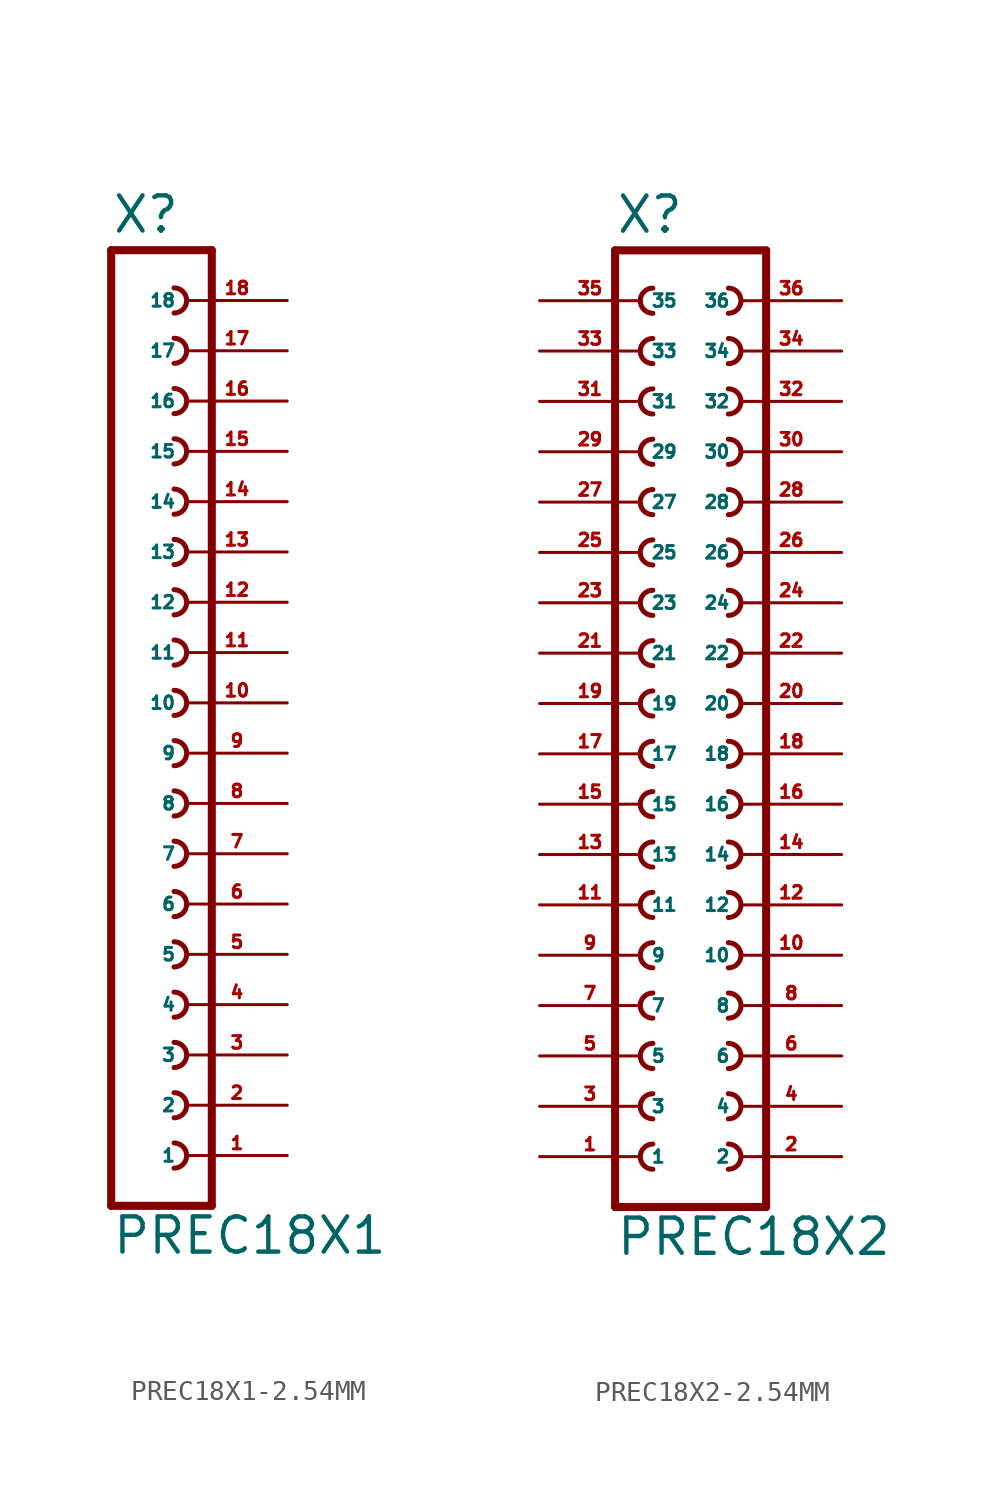
<source format=kicad_sym>
(kicad_symbol_lib
  (version 20220914)
  (generator Eagle2Kicad)
  (symbol "PREC18X1-2.54MM"
    (property "Reference" "X"
      (at -1.27 23.622 0)
      (effects (font (size 1.778 1.778) (thickness 0.22)) (justify left bottom)))
    (property "Value" "PREC18X1"
      (at -1.27 -27.94 0)
      (effects (font (size 1.778 1.778) (thickness 0.22)) (justify left bottom)))
    (polyline
      (pts (xy 3.81 -25.4) (xy -1.27 -25.4))
      (stroke (width 0.406) (type default))
      (fill (type none)))
    (arc
      (start 1.905 -20.955)
      (mid 2.540 -20.320)
      (end 1.905 -19.685)
      (stroke (width 0.254) (type default))
      (fill (type none)))
    (arc
      (start 1.905 -23.495)
      (mid 2.540 -22.860)
      (end 1.905 -22.225)
      (stroke (width 0.254) (type default))
      (fill (type none)))
    (arc
      (start 1.905 -15.875)
      (mid 2.540 -15.240)
      (end 1.905 -14.605)
      (stroke (width 0.254) (type default))
      (fill (type none)))
    (arc
      (start 1.905 -18.415)
      (mid 2.540 -17.780)
      (end 1.905 -17.145)
      (stroke (width 0.254) (type default))
      (fill (type none)))
    (arc
      (start 1.905 -8.255)
      (mid 2.540 -7.620)
      (end 1.905 -6.985)
      (stroke (width 0.254) (type default))
      (fill (type none)))
    (arc
      (start 1.905 -10.795)
      (mid 2.540 -10.160)
      (end 1.905 -9.525)
      (stroke (width 0.254) (type default))
      (fill (type none)))
    (arc
      (start 1.905 -13.335)
      (mid 2.540 -12.700)
      (end 1.905 -12.065)
      (stroke (width 0.254) (type default))
      (fill (type none)))
    (arc
      (start 1.905 -3.175)
      (mid 2.540 -2.540)
      (end 1.905 -1.905)
      (stroke (width 0.254) (type default))
      (fill (type none)))
    (arc
      (start 1.905 -5.715)
      (mid 2.540 -5.080)
      (end 1.905 -4.445)
      (stroke (width 0.254) (type default))
      (fill (type none)))
    (arc
      (start 1.905 4.445)
      (mid 2.540 5.080)
      (end 1.905 5.715)
      (stroke (width 0.254) (type default))
      (fill (type none)))
    (arc
      (start 1.905 1.905)
      (mid 2.540 2.540)
      (end 1.905 3.175)
      (stroke (width 0.254) (type default))
      (fill (type none)))
    (arc
      (start 1.905 -0.635)
      (mid 2.540 0.000)
      (end 1.905 0.635)
      (stroke (width 0.254) (type default))
      (fill (type none)))
    (arc
      (start 1.905 9.525)
      (mid 2.540 10.160)
      (end 1.905 10.795)
      (stroke (width 0.254) (type default))
      (fill (type none)))
    (arc
      (start 1.905 6.985)
      (mid 2.540 7.620)
      (end 1.905 8.255)
      (stroke (width 0.254) (type default))
      (fill (type none)))
    (arc
      (start 1.905 17.145)
      (mid 2.540 17.780)
      (end 1.905 18.415)
      (stroke (width 0.254) (type default))
      (fill (type none)))
    (arc
      (start 1.905 14.605)
      (mid 2.540 15.240)
      (end 1.905 15.875)
      (stroke (width 0.254) (type default))
      (fill (type none)))
    (arc
      (start 1.905 12.065)
      (mid 2.540 12.700)
      (end 1.905 13.335)
      (stroke (width 0.254) (type default))
      (fill (type none)))
    (polyline
      (pts (xy -1.27 22.86) (xy -1.27 -25.4))
      (stroke (width 0.406) (type default))
      (fill (type none)))
    (polyline
      (pts (xy 3.81 -25.4) (xy 3.81 22.86))
      (stroke (width 0.406) (type default))
      (fill (type none)))
    (polyline
      (pts (xy -1.27 22.86) (xy 3.81 22.86))
      (stroke (width 0.406) (type default))
      (fill (type none)))
    (arc
      (start 1.905 19.685)
      (mid 2.540 20.320)
      (end 1.905 20.955)
      (stroke (width 0.254) (type default))
      (fill (type none)))
    (pin passive line
      (at 7.62 -22.86 180)
      (length 5.08)
      (name "1" (effects (font (size 0.635 0.635) (thickness 0.08)) (justify left bottom)))
      (number "1" (effects (font (size 0.635 0.635) (thickness 0.08)) (justify left bottom))))
    (pin passive line
      (at 7.62 -20.32 180)
      (length 5.08)
      (name "2" (effects (font (size 0.635 0.635) (thickness 0.08)) (justify left bottom)))
      (number "2" (effects (font (size 0.635 0.635) (thickness 0.08)) (justify left bottom))))
    (pin passive line
      (at 7.62 -17.78 180)
      (length 5.08)
      (name "3" (effects (font (size 0.635 0.635) (thickness 0.08)) (justify left bottom)))
      (number "3" (effects (font (size 0.635 0.635) (thickness 0.08)) (justify left bottom))))
    (pin passive line
      (at 7.62 -15.24 180)
      (length 5.08)
      (name "4" (effects (font (size 0.635 0.635) (thickness 0.08)) (justify left bottom)))
      (number "4" (effects (font (size 0.635 0.635) (thickness 0.08)) (justify left bottom))))
    (pin passive line
      (at 7.62 -12.7 180)
      (length 5.08)
      (name "5" (effects (font (size 0.635 0.635) (thickness 0.08)) (justify left bottom)))
      (number "5" (effects (font (size 0.635 0.635) (thickness 0.08)) (justify left bottom))))
    (pin passive line
      (at 7.62 -10.16 180)
      (length 5.08)
      (name "6" (effects (font (size 0.635 0.635) (thickness 0.08)) (justify left bottom)))
      (number "6" (effects (font (size 0.635 0.635) (thickness 0.08)) (justify left bottom))))
    (pin passive line
      (at 7.62 -7.62 180)
      (length 5.08)
      (name "7" (effects (font (size 0.635 0.635) (thickness 0.08)) (justify left bottom)))
      (number "7" (effects (font (size 0.635 0.635) (thickness 0.08)) (justify left bottom))))
    (pin passive line
      (at 7.62 -5.08 180)
      (length 5.08)
      (name "8" (effects (font (size 0.635 0.635) (thickness 0.08)) (justify left bottom)))
      (number "8" (effects (font (size 0.635 0.635) (thickness 0.08)) (justify left bottom))))
    (pin passive line
      (at 7.62 -2.54 180)
      (length 5.08)
      (name "9" (effects (font (size 0.635 0.635) (thickness 0.08)) (justify left bottom)))
      (number "9" (effects (font (size 0.635 0.635) (thickness 0.08)) (justify left bottom))))
    (pin passive line
      (at 7.62 0 180)
      (length 5.08)
      (name "10" (effects (font (size 0.635 0.635) (thickness 0.08)) (justify left bottom)))
      (number "10" (effects (font (size 0.635 0.635) (thickness 0.08)) (justify left bottom))))
    (pin passive line
      (at 7.62 2.54 180)
      (length 5.08)
      (name "11" (effects (font (size 0.635 0.635) (thickness 0.08)) (justify left bottom)))
      (number "11" (effects (font (size 0.635 0.635) (thickness 0.08)) (justify left bottom))))
    (pin passive line
      (at 7.62 5.08 180)
      (length 5.08)
      (name "12" (effects (font (size 0.635 0.635) (thickness 0.08)) (justify left bottom)))
      (number "12" (effects (font (size 0.635 0.635) (thickness 0.08)) (justify left bottom))))
    (pin passive line
      (at 7.62 7.62 180)
      (length 5.08)
      (name "13" (effects (font (size 0.635 0.635) (thickness 0.08)) (justify left bottom)))
      (number "13" (effects (font (size 0.635 0.635) (thickness 0.08)) (justify left bottom))))
    (pin passive line
      (at 7.62 10.16 180)
      (length 5.08)
      (name "14" (effects (font (size 0.635 0.635) (thickness 0.08)) (justify left bottom)))
      (number "14" (effects (font (size 0.635 0.635) (thickness 0.08)) (justify left bottom))))
    (pin passive line
      (at 7.62 12.7 180)
      (length 5.08)
      (name "15" (effects (font (size 0.635 0.635) (thickness 0.08)) (justify left bottom)))
      (number "15" (effects (font (size 0.635 0.635) (thickness 0.08)) (justify left bottom))))
    (pin passive line
      (at 7.62 15.24 180)
      (length 5.08)
      (name "16" (effects (font (size 0.635 0.635) (thickness 0.08)) (justify left bottom)))
      (number "16" (effects (font (size 0.635 0.635) (thickness 0.08)) (justify left bottom))))
    (pin passive line
      (at 7.62 17.78 180)
      (length 5.08)
      (name "17" (effects (font (size 0.635 0.635) (thickness 0.08)) (justify left bottom)))
      (number "17" (effects (font (size 0.635 0.635) (thickness 0.08)) (justify left bottom))))
    (pin passive line
      (at 7.62 20.32 180)
      (length 5.08)
      (name "18" (effects (font (size 0.635 0.635) (thickness 0.08)) (justify left bottom)))
      (number "18" (effects (font (size 0.635 0.635) (thickness 0.08)) (justify left bottom)))))
  (symbol "PREC18X2-2.54MM"
    (property "Reference" "X"
      (at -3.81 23.622 0)
      (effects (font (size 1.778 1.778) (thickness 0.22)) (justify left bottom)))
    (property "Value" "PREC18X2"
      (at -3.81 -27.94 0)
      (effects (font (size 1.778 1.778) (thickness 0.22)) (justify left bottom)))
    (polyline
      (pts (xy 3.81 -25.4) (xy -3.81 -25.4))
      (stroke (width 0.406) (type default))
      (fill (type none)))
    (arc
      (start -1.905 -17.145)
      (mid -2.540 -17.780)
      (end -1.905 -18.415)
      (stroke (width 0.254) (type default))
      (fill (type none)))
    (arc
      (start -1.905 -19.685)
      (mid -2.540 -20.320)
      (end -1.905 -20.955)
      (stroke (width 0.254) (type default))
      (fill (type none)))
    (arc
      (start -1.905 -22.225)
      (mid -2.540 -22.860)
      (end -1.905 -23.495)
      (stroke (width 0.254) (type default))
      (fill (type none)))
    (arc
      (start 1.905 -18.415)
      (mid 2.540 -17.780)
      (end 1.905 -17.145)
      (stroke (width 0.254) (type default))
      (fill (type none)))
    (arc
      (start 1.905 -20.955)
      (mid 2.540 -20.320)
      (end 1.905 -19.685)
      (stroke (width 0.254) (type default))
      (fill (type none)))
    (arc
      (start 1.905 -23.495)
      (mid 2.540 -22.860)
      (end 1.905 -22.225)
      (stroke (width 0.254) (type default))
      (fill (type none)))
    (arc
      (start -1.905 -12.065)
      (mid -2.540 -12.700)
      (end -1.905 -13.335)
      (stroke (width 0.254) (type default))
      (fill (type none)))
    (arc
      (start -1.905 -14.605)
      (mid -2.540 -15.240)
      (end -1.905 -15.875)
      (stroke (width 0.254) (type default))
      (fill (type none)))
    (arc
      (start 1.905 -13.335)
      (mid 2.540 -12.700)
      (end 1.905 -12.065)
      (stroke (width 0.254) (type default))
      (fill (type none)))
    (arc
      (start 1.905 -15.875)
      (mid 2.540 -15.240)
      (end 1.905 -14.605)
      (stroke (width 0.254) (type default))
      (fill (type none)))
    (arc
      (start -1.905 -4.445)
      (mid -2.540 -5.080)
      (end -1.905 -5.715)
      (stroke (width 0.254) (type default))
      (fill (type none)))
    (arc
      (start -1.905 -6.985)
      (mid -2.540 -7.620)
      (end -1.905 -8.255)
      (stroke (width 0.254) (type default))
      (fill (type none)))
    (arc
      (start -1.905 -9.525)
      (mid -2.540 -10.160)
      (end -1.905 -10.795)
      (stroke (width 0.254) (type default))
      (fill (type none)))
    (arc
      (start 1.905 -5.715)
      (mid 2.540 -5.080)
      (end 1.905 -4.445)
      (stroke (width 0.254) (type default))
      (fill (type none)))
    (arc
      (start 1.905 -8.255)
      (mid 2.540 -7.620)
      (end 1.905 -6.985)
      (stroke (width 0.254) (type default))
      (fill (type none)))
    (arc
      (start 1.905 -10.795)
      (mid 2.540 -10.160)
      (end 1.905 -9.525)
      (stroke (width 0.254) (type default))
      (fill (type none)))
    (arc
      (start -1.905 0.635)
      (mid -2.540 0.000)
      (end -1.905 -0.635)
      (stroke (width 0.254) (type default))
      (fill (type none)))
    (arc
      (start -1.905 -1.905)
      (mid -2.540 -2.540)
      (end -1.905 -3.175)
      (stroke (width 0.254) (type default))
      (fill (type none)))
    (arc
      (start 1.905 -0.635)
      (mid 2.540 0.000)
      (end 1.905 0.635)
      (stroke (width 0.254) (type default))
      (fill (type none)))
    (arc
      (start 1.905 -3.175)
      (mid 2.540 -2.540)
      (end 1.905 -1.905)
      (stroke (width 0.254) (type default))
      (fill (type none)))
    (arc
      (start -1.905 8.255)
      (mid -2.540 7.620)
      (end -1.905 6.985)
      (stroke (width 0.254) (type default))
      (fill (type none)))
    (arc
      (start -1.905 5.715)
      (mid -2.540 5.080)
      (end -1.905 4.445)
      (stroke (width 0.254) (type default))
      (fill (type none)))
    (arc
      (start -1.905 3.175)
      (mid -2.540 2.540)
      (end -1.905 1.905)
      (stroke (width 0.254) (type default))
      (fill (type none)))
    (arc
      (start 1.905 6.985)
      (mid 2.540 7.620)
      (end 1.905 8.255)
      (stroke (width 0.254) (type default))
      (fill (type none)))
    (arc
      (start 1.905 4.445)
      (mid 2.540 5.080)
      (end 1.905 5.715)
      (stroke (width 0.254) (type default))
      (fill (type none)))
    (arc
      (start 1.905 1.905)
      (mid 2.540 2.540)
      (end 1.905 3.175)
      (stroke (width 0.254) (type default))
      (fill (type none)))
    (arc
      (start -1.905 13.335)
      (mid -2.540 12.700)
      (end -1.905 12.065)
      (stroke (width 0.254) (type default))
      (fill (type none)))
    (arc
      (start -1.905 10.795)
      (mid -2.540 10.160)
      (end -1.905 9.525)
      (stroke (width 0.254) (type default))
      (fill (type none)))
    (arc
      (start 1.905 12.065)
      (mid 2.540 12.700)
      (end 1.905 13.335)
      (stroke (width 0.254) (type default))
      (fill (type none)))
    (arc
      (start 1.905 9.525)
      (mid 2.540 10.160)
      (end 1.905 10.795)
      (stroke (width 0.254) (type default))
      (fill (type none)))
    (arc
      (start -1.905 18.415)
      (mid -2.540 17.780)
      (end -1.905 17.145)
      (stroke (width 0.254) (type default))
      (fill (type none)))
    (arc
      (start -1.905 15.875)
      (mid -2.540 15.240)
      (end -1.905 14.605)
      (stroke (width 0.254) (type default))
      (fill (type none)))
    (arc
      (start 1.905 17.145)
      (mid 2.540 17.780)
      (end 1.905 18.415)
      (stroke (width 0.254) (type default))
      (fill (type none)))
    (arc
      (start 1.905 14.605)
      (mid 2.540 15.240)
      (end 1.905 15.875)
      (stroke (width 0.254) (type default))
      (fill (type none)))
    (polyline
      (pts (xy -3.81 22.86) (xy -3.81 -25.4))
      (stroke (width 0.406) (type default))
      (fill (type none)))
    (polyline
      (pts (xy 3.81 -25.4) (xy 3.81 22.86))
      (stroke (width 0.406) (type default))
      (fill (type none)))
    (polyline
      (pts (xy -3.81 22.86) (xy 3.81 22.86))
      (stroke (width 0.406) (type default))
      (fill (type none)))
    (arc
      (start -1.905 20.955)
      (mid -2.540 20.320)
      (end -1.905 19.685)
      (stroke (width 0.254) (type default))
      (fill (type none)))
    (arc
      (start 1.905 19.685)
      (mid 2.540 20.320)
      (end 1.905 20.955)
      (stroke (width 0.254) (type default))
      (fill (type none)))
    (pin passive line
      (at -7.62 -22.86 0)
      (length 5.08)
      (name "1" (effects (font (size 0.635 0.635) (thickness 0.08)) (justify left bottom)))
      (number "1" (effects (font (size 0.635 0.635) (thickness 0.08)) (justify left bottom))))
    (pin passive line
      (at 7.62 -22.86 180)
      (length 5.08)
      (name "2" (effects (font (size 0.635 0.635) (thickness 0.08)) (justify left bottom)))
      (number "2" (effects (font (size 0.635 0.635) (thickness 0.08)) (justify left bottom))))
    (pin passive line
      (at -7.62 -20.32 0)
      (length 5.08)
      (name "3" (effects (font (size 0.635 0.635) (thickness 0.08)) (justify left bottom)))
      (number "3" (effects (font (size 0.635 0.635) (thickness 0.08)) (justify left bottom))))
    (pin passive line
      (at 7.62 -20.32 180)
      (length 5.08)
      (name "4" (effects (font (size 0.635 0.635) (thickness 0.08)) (justify left bottom)))
      (number "4" (effects (font (size 0.635 0.635) (thickness 0.08)) (justify left bottom))))
    (pin passive line
      (at -7.62 -17.78 0)
      (length 5.08)
      (name "5" (effects (font (size 0.635 0.635) (thickness 0.08)) (justify left bottom)))
      (number "5" (effects (font (size 0.635 0.635) (thickness 0.08)) (justify left bottom))))
    (pin passive line
      (at 7.62 -17.78 180)
      (length 5.08)
      (name "6" (effects (font (size 0.635 0.635) (thickness 0.08)) (justify left bottom)))
      (number "6" (effects (font (size 0.635 0.635) (thickness 0.08)) (justify left bottom))))
    (pin passive line
      (at -7.62 -15.24 0)
      (length 5.08)
      (name "7" (effects (font (size 0.635 0.635) (thickness 0.08)) (justify left bottom)))
      (number "7" (effects (font (size 0.635 0.635) (thickness 0.08)) (justify left bottom))))
    (pin passive line
      (at 7.62 -15.24 180)
      (length 5.08)
      (name "8" (effects (font (size 0.635 0.635) (thickness 0.08)) (justify left bottom)))
      (number "8" (effects (font (size 0.635 0.635) (thickness 0.08)) (justify left bottom))))
    (pin passive line
      (at -7.62 -12.7 0)
      (length 5.08)
      (name "9" (effects (font (size 0.635 0.635) (thickness 0.08)) (justify left bottom)))
      (number "9" (effects (font (size 0.635 0.635) (thickness 0.08)) (justify left bottom))))
    (pin passive line
      (at 7.62 -12.7 180)
      (length 5.08)
      (name "10" (effects (font (size 0.635 0.635) (thickness 0.08)) (justify left bottom)))
      (number "10" (effects (font (size 0.635 0.635) (thickness 0.08)) (justify left bottom))))
    (pin passive line
      (at -7.62 -10.16 0)
      (length 5.08)
      (name "11" (effects (font (size 0.635 0.635) (thickness 0.08)) (justify left bottom)))
      (number "11" (effects (font (size 0.635 0.635) (thickness 0.08)) (justify left bottom))))
    (pin passive line
      (at 7.62 -10.16 180)
      (length 5.08)
      (name "12" (effects (font (size 0.635 0.635) (thickness 0.08)) (justify left bottom)))
      (number "12" (effects (font (size 0.635 0.635) (thickness 0.08)) (justify left bottom))))
    (pin passive line
      (at -7.62 -7.62 0)
      (length 5.08)
      (name "13" (effects (font (size 0.635 0.635) (thickness 0.08)) (justify left bottom)))
      (number "13" (effects (font (size 0.635 0.635) (thickness 0.08)) (justify left bottom))))
    (pin passive line
      (at 7.62 -7.62 180)
      (length 5.08)
      (name "14" (effects (font (size 0.635 0.635) (thickness 0.08)) (justify left bottom)))
      (number "14" (effects (font (size 0.635 0.635) (thickness 0.08)) (justify left bottom))))
    (pin passive line
      (at -7.62 -5.08 0)
      (length 5.08)
      (name "15" (effects (font (size 0.635 0.635) (thickness 0.08)) (justify left bottom)))
      (number "15" (effects (font (size 0.635 0.635) (thickness 0.08)) (justify left bottom))))
    (pin passive line
      (at 7.62 -5.08 180)
      (length 5.08)
      (name "16" (effects (font (size 0.635 0.635) (thickness 0.08)) (justify left bottom)))
      (number "16" (effects (font (size 0.635 0.635) (thickness 0.08)) (justify left bottom))))
    (pin passive line
      (at -7.62 -2.54 0)
      (length 5.08)
      (name "17" (effects (font (size 0.635 0.635) (thickness 0.08)) (justify left bottom)))
      (number "17" (effects (font (size 0.635 0.635) (thickness 0.08)) (justify left bottom))))
    (pin passive line
      (at 7.62 -2.54 180)
      (length 5.08)
      (name "18" (effects (font (size 0.635 0.635) (thickness 0.08)) (justify left bottom)))
      (number "18" (effects (font (size 0.635 0.635) (thickness 0.08)) (justify left bottom))))
    (pin passive line
      (at -7.62 0 0)
      (length 5.08)
      (name "19" (effects (font (size 0.635 0.635) (thickness 0.08)) (justify left bottom)))
      (number "19" (effects (font (size 0.635 0.635) (thickness 0.08)) (justify left bottom))))
    (pin passive line
      (at 7.62 0 180)
      (length 5.08)
      (name "20" (effects (font (size 0.635 0.635) (thickness 0.08)) (justify left bottom)))
      (number "20" (effects (font (size 0.635 0.635) (thickness 0.08)) (justify left bottom))))
    (pin passive line
      (at -7.62 2.54 0)
      (length 5.08)
      (name "21" (effects (font (size 0.635 0.635) (thickness 0.08)) (justify left bottom)))
      (number "21" (effects (font (size 0.635 0.635) (thickness 0.08)) (justify left bottom))))
    (pin passive line
      (at 7.62 2.54 180)
      (length 5.08)
      (name "22" (effects (font (size 0.635 0.635) (thickness 0.08)) (justify left bottom)))
      (number "22" (effects (font (size 0.635 0.635) (thickness 0.08)) (justify left bottom))))
    (pin passive line
      (at -7.62 5.08 0)
      (length 5.08)
      (name "23" (effects (font (size 0.635 0.635) (thickness 0.08)) (justify left bottom)))
      (number "23" (effects (font (size 0.635 0.635) (thickness 0.08)) (justify left bottom))))
    (pin passive line
      (at 7.62 5.08 180)
      (length 5.08)
      (name "24" (effects (font (size 0.635 0.635) (thickness 0.08)) (justify left bottom)))
      (number "24" (effects (font (size 0.635 0.635) (thickness 0.08)) (justify left bottom))))
    (pin passive line
      (at -7.62 7.62 0)
      (length 5.08)
      (name "25" (effects (font (size 0.635 0.635) (thickness 0.08)) (justify left bottom)))
      (number "25" (effects (font (size 0.635 0.635) (thickness 0.08)) (justify left bottom))))
    (pin passive line
      (at 7.62 7.62 180)
      (length 5.08)
      (name "26" (effects (font (size 0.635 0.635) (thickness 0.08)) (justify left bottom)))
      (number "26" (effects (font (size 0.635 0.635) (thickness 0.08)) (justify left bottom))))
    (pin passive line
      (at -7.62 10.16 0)
      (length 5.08)
      (name "27" (effects (font (size 0.635 0.635) (thickness 0.08)) (justify left bottom)))
      (number "27" (effects (font (size 0.635 0.635) (thickness 0.08)) (justify left bottom))))
    (pin passive line
      (at 7.62 10.16 180)
      (length 5.08)
      (name "28" (effects (font (size 0.635 0.635) (thickness 0.08)) (justify left bottom)))
      (number "28" (effects (font (size 0.635 0.635) (thickness 0.08)) (justify left bottom))))
    (pin passive line
      (at -7.62 12.7 0)
      (length 5.08)
      (name "29" (effects (font (size 0.635 0.635) (thickness 0.08)) (justify left bottom)))
      (number "29" (effects (font (size 0.635 0.635) (thickness 0.08)) (justify left bottom))))
    (pin passive line
      (at 7.62 12.7 180)
      (length 5.08)
      (name "30" (effects (font (size 0.635 0.635) (thickness 0.08)) (justify left bottom)))
      (number "30" (effects (font (size 0.635 0.635) (thickness 0.08)) (justify left bottom))))
    (pin passive line
      (at -7.62 15.24 0)
      (length 5.08)
      (name "31" (effects (font (size 0.635 0.635) (thickness 0.08)) (justify left bottom)))
      (number "31" (effects (font (size 0.635 0.635) (thickness 0.08)) (justify left bottom))))
    (pin passive line
      (at 7.62 15.24 180)
      (length 5.08)
      (name "32" (effects (font (size 0.635 0.635) (thickness 0.08)) (justify left bottom)))
      (number "32" (effects (font (size 0.635 0.635) (thickness 0.08)) (justify left bottom))))
    (pin passive line
      (at -7.62 17.78 0)
      (length 5.08)
      (name "33" (effects (font (size 0.635 0.635) (thickness 0.08)) (justify left bottom)))
      (number "33" (effects (font (size 0.635 0.635) (thickness 0.08)) (justify left bottom))))
    (pin passive line
      (at 7.62 17.78 180)
      (length 5.08)
      (name "34" (effects (font (size 0.635 0.635) (thickness 0.08)) (justify left bottom)))
      (number "34" (effects (font (size 0.635 0.635) (thickness 0.08)) (justify left bottom))))
    (pin passive line
      (at -7.62 20.32 0)
      (length 5.08)
      (name "35" (effects (font (size 0.635 0.635) (thickness 0.08)) (justify left bottom)))
      (number "35" (effects (font (size 0.635 0.635) (thickness 0.08)) (justify left bottom))))
    (pin passive line
      (at 7.62 20.32 180)
      (length 5.08)
      (name "36" (effects (font (size 0.635 0.635) (thickness 0.08)) (justify left bottom)))
      (number "36" (effects (font (size 0.635 0.635) (thickness 0.08)) (justify left bottom))))))
</source>
